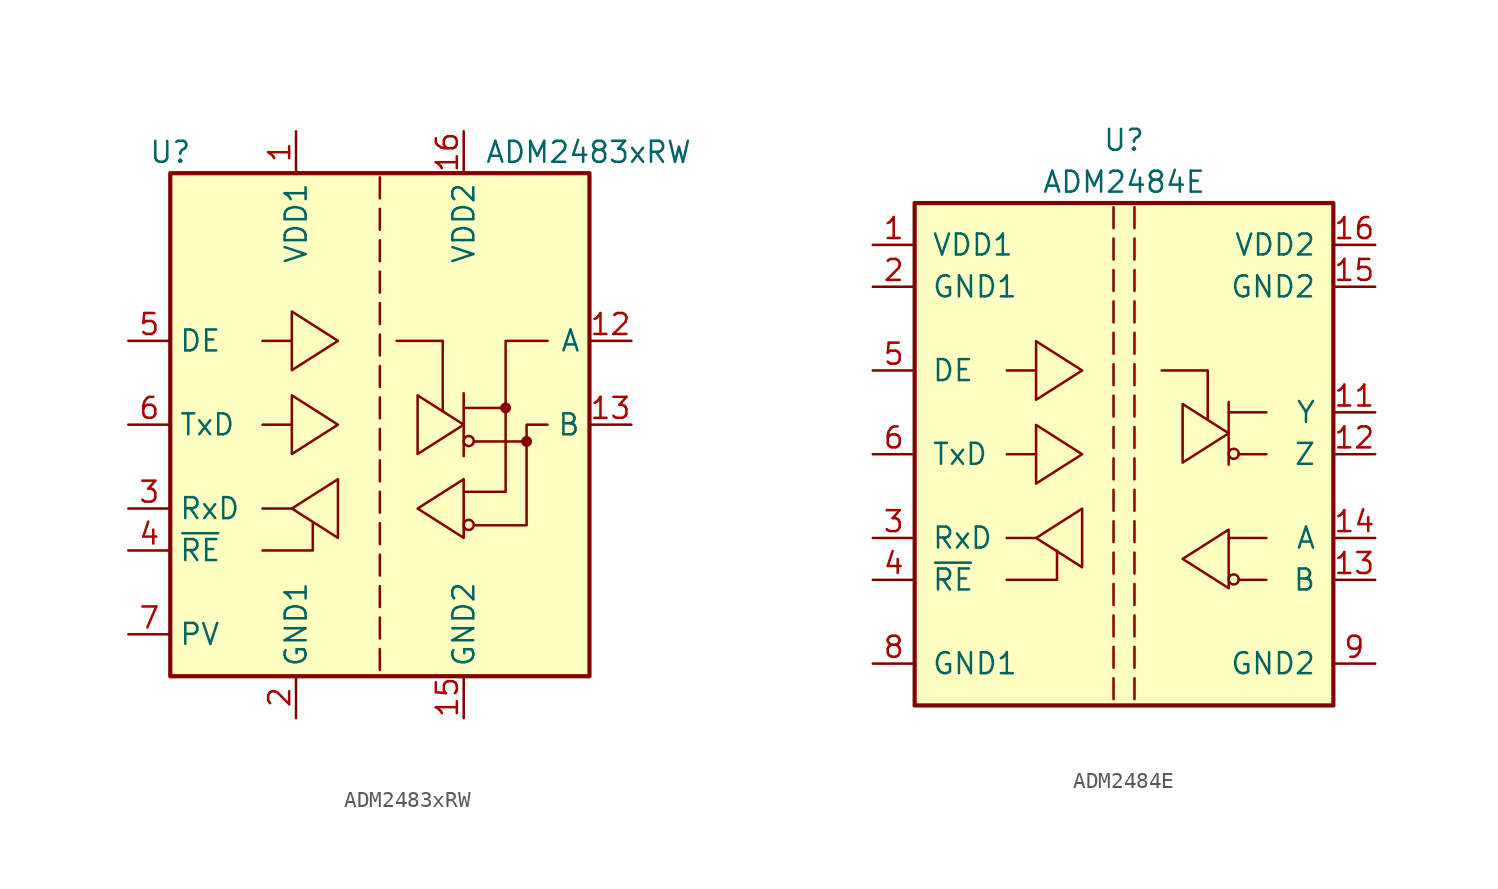
<source format=kicad_sym>
(kicad_symbol_lib
  (version 20201005)
  (generator kicad_symbol_editor)
  (symbol "Interface_UART:ADM2483xRW"
    (property "Reference" "U"
      (at -12.7 16.51 0)
      (effects (font (size 1.27 1.27))))
    (property "Value" "ADM2483xRW"
      (at 6.35 16.51 0)
      (effects (font (size 1.27 1.27)) (justify left)))
    (symbol "ADM2483xRW_0_0"
      (polyline (pts (xy 0 -13.589) (xy 0 -14.859)) (stroke (width 0)) (fill (type none)))
      (polyline (pts (xy 0 -11.684) (xy 0 -12.954)) (stroke (width 0)) (fill (type none)))
      (polyline (pts (xy 0 -9.779) (xy 0 -11.049)) (stroke (width 0)) (fill (type none)))
      (polyline (pts (xy 0 -7.874) (xy 0 -9.144)) (stroke (width 0)) (fill (type none)))
      (polyline (pts (xy 0 -5.969) (xy 0 -7.239)) (stroke (width 0)) (fill (type none)))
      (polyline (pts (xy 0 -4.064) (xy 0 -5.334)) (stroke (width 0)) (fill (type none)))
      (polyline (pts (xy 0 -2.159) (xy 0 -3.429)) (stroke (width 0)) (fill (type none)))
      (polyline (pts (xy 0 -0.254) (xy 0 -1.524)) (stroke (width 0)) (fill (type none)))
      (polyline (pts (xy 0 1.651) (xy 0 0.381)) (stroke (width 0)) (fill (type none)))
      (polyline (pts (xy 0 3.556) (xy 0 2.286)) (stroke (width 0)) (fill (type none)))
      (polyline (pts (xy 0 5.461) (xy 0 4.191)) (stroke (width 0)) (fill (type none)))
      (polyline (pts (xy 0 7.366) (xy 0 6.096)) (stroke (width 0)) (fill (type none)))
      (polyline (pts (xy 0 9.271) (xy 0 8.001)) (stroke (width 0)) (fill (type none)))
      (polyline (pts (xy 0 11.176) (xy 0 9.906)) (stroke (width 0)) (fill (type none)))
      (polyline (pts (xy 0 13.081) (xy 0 11.811)) (stroke (width 0)) (fill (type none)))
      (polyline (pts (xy 0 14.986) (xy 0 13.716)) (stroke (width 0)) (fill (type none))))
    (symbol "ADM2483xRW_0_1"
      (circle (center 5.385 -6.071) (radius 0.305) (stroke (width 0)) (fill (type none)))
      (circle (center 5.385 -0.991) (radius 0.305) (stroke (width 0)) (fill (type none)))
      (circle (center 7.62 1.016) (radius 0.254) (stroke (width 0)) (fill (type outline)))
      (circle (center 8.89 -1.016) (radius 0.254) (stroke (width 0)) (fill (type outline)))
      (rectangle (start -12.7 15.24) (end 12.7 -15.24) (stroke (width 0.254)) (fill (type background)))
      (polyline (pts (xy -5.334 -5.08) (xy -7.112 -5.08)) (stroke (width 0)) (fill (type none)))
      (polyline (pts (xy -5.334 0) (xy -7.112 0)) (stroke (width 0)) (fill (type none)))
      (polyline (pts (xy -5.334 5.08) (xy -7.112 5.08)) (stroke (width 0)) (fill (type none)))
      (polyline (pts (xy 5.08 1.016) (xy 7.62 1.016)) (stroke (width 0)) (fill (type none)))
      (polyline (pts (xy 5.08 1.905) (xy 5.08 -1.905)) (stroke (width 0)) (fill (type none)))
      (polyline (pts (xy 5.715 -1.016) (xy 8.89 -1.016)) (stroke (width 0)) (fill (type none)))
      (polyline (pts (xy -7.112 -7.62) (xy -4.064 -7.62) (xy -4.064 -5.969)) (stroke (width 0)) (fill (type none)))
      (polyline (pts (xy 1.016 5.08) (xy 3.81 5.08) (xy 3.81 0.889)) (stroke (width 0)) (fill (type none)))
      (polyline (pts (xy -5.334 -5.08) (xy -2.54 -3.302) (xy -2.54 -6.858) (xy -5.334 -5.08)) (stroke (width 0)) (fill (type none)))
      (polyline (pts (xy -2.54 0) (xy -5.334 1.778) (xy -5.334 -1.778) (xy -2.54 0)) (stroke (width 0)) (fill (type none)))
      (polyline (pts (xy -2.54 5.08) (xy -5.334 6.858) (xy -5.334 3.302) (xy -2.54 5.08)) (stroke (width 0)) (fill (type none)))
      (polyline (pts (xy 2.286 -5.08) (xy 5.08 -3.302) (xy 5.08 -6.858) (xy 2.286 -5.08)) (stroke (width 0)) (fill (type none)))
      (polyline (pts (xy 5.08 -4.064) (xy 7.62 -4.064) (xy 7.62 5.08) (xy 10.16 5.08)) (stroke (width 0)) (fill (type none)))
      (polyline (pts (xy 5.08 0) (xy 2.286 1.778) (xy 2.286 -1.778) (xy 5.08 0)) (stroke (width 0)) (fill (type none)))
      (polyline (pts (xy 5.715 -6.096) (xy 8.89 -6.096) (xy 8.89 0) (xy 10.16 0)) (stroke (width 0)) (fill (type none))))
    (symbol "ADM2483xRW_1_1"
      (pin power_in line (at -5.08 17.78 270) (length 2.54) (name "VDD1" (effects (font (size 1.27 1.27)))) (number "1" (effects (font (size 1.27 1.27)))))
      (pin no_connect line (at 7.62 -15.24 90) (length 2.54) hide (name "NC" (effects (font (size 1.27 1.27)))) (number "10" (effects (font (size 1.27 1.27)))))
      (pin no_connect line (at 12.7 -7.62 180) (length 2.54) hide (name "NC" (effects (font (size 1.27 1.27)))) (number "11" (effects (font (size 1.27 1.27)))))
      (pin bidirectional line (at 15.24 5.08 180) (length 2.54) (name "A" (effects (font (size 1.27 1.27)))) (number "12" (effects (font (size 1.27 1.27)))))
      (pin bidirectional line (at 15.24 0 180) (length 2.54) (name "B" (effects (font (size 1.27 1.27)))) (number "13" (effects (font (size 1.27 1.27)))))
      (pin no_connect line (at 12.7 7.62 180) (length 2.54) hide (name "NC" (effects (font (size 1.27 1.27)))) (number "14" (effects (font (size 1.27 1.27)))))
      (pin power_in line (at 5.08 -17.78 90) (length 2.54) (name "GND2" (effects (font (size 1.27 1.27)))) (number "15" (effects (font (size 1.27 1.27)))))
      (pin power_in line (at 5.08 17.78 270) (length 2.54) (name "VDD2" (effects (font (size 1.27 1.27)))) (number "16" (effects (font (size 1.27 1.27)))))
      (pin power_in line (at -5.08 -17.78 90) (length 2.54) (name "GND1" (effects (font (size 1.27 1.27)))) (number "2" (effects (font (size 1.27 1.27)))))
      (pin output line (at -15.24 -5.08 0) (length 2.54) (name "RxD" (effects (font (size 1.27 1.27)))) (number "3" (effects (font (size 1.27 1.27)))))
      (pin input line (at -15.24 -7.62 0) (length 2.54) (name "~RE" (effects (font (size 1.27 1.27)))) (number "4" (effects (font (size 1.27 1.27)))))
      (pin input line (at -15.24 5.08 0) (length 2.54) (name "DE" (effects (font (size 1.27 1.27)))) (number "5" (effects (font (size 1.27 1.27)))))
      (pin input line (at -15.24 0 0) (length 2.54) (name "TxD" (effects (font (size 1.27 1.27)))) (number "6" (effects (font (size 1.27 1.27)))))
      (pin input line (at -15.24 -12.7 0) (length 2.54) (name "PV" (effects (font (size 1.27 1.27)))) (number "7" (effects (font (size 1.27 1.27)))))
      (pin passive line (at -5.08 -17.78 90) (length 2.54) hide (name "GND1" (effects (font (size 1.27 1.27)))) (number "8" (effects (font (size 1.27 1.27)))))
      (pin passive line (at 5.08 -17.78 90) (length 2.54) hide (name "GND2" (effects (font (size 1.27 1.27)))) (number "9" (effects (font (size 1.27 1.27)))))))
  (symbol "Interface_UART:ADM2484E"
    (pin_names
      (offset 1.016))
    (property "Reference" "U"
      (at 0 19.05 0)
      (effects (font (size 1.27 1.27))))
    (property "Value" "ADM2484E"
      (at 0 16.51 0)
      (effects (font (size 1.27 1.27))))
    (symbol "ADM2484E_0_0"
      (polyline (pts (xy -0.635 -13.589) (xy -0.635 -14.859)) (stroke (width 0)) (fill (type none)))
      (polyline (pts (xy -0.635 -11.684) (xy -0.635 -12.954)) (stroke (width 0)) (fill (type none)))
      (polyline (pts (xy -0.635 -9.779) (xy -0.635 -11.049)) (stroke (width 0)) (fill (type none)))
      (polyline (pts (xy -0.635 -7.874) (xy -0.635 -9.144)) (stroke (width 0)) (fill (type none)))
      (polyline (pts (xy -0.635 -5.969) (xy -0.635 -7.239)) (stroke (width 0)) (fill (type none)))
      (polyline (pts (xy -0.635 -4.064) (xy -0.635 -5.334)) (stroke (width 0)) (fill (type none)))
      (polyline (pts (xy -0.635 -2.159) (xy -0.635 -3.429)) (stroke (width 0)) (fill (type none)))
      (polyline (pts (xy -0.635 -0.254) (xy -0.635 -1.524)) (stroke (width 0)) (fill (type none)))
      (polyline (pts (xy -0.635 1.651) (xy -0.635 0.381)) (stroke (width 0)) (fill (type none)))
      (polyline (pts (xy -0.635 3.556) (xy -0.635 2.286)) (stroke (width 0)) (fill (type none)))
      (polyline (pts (xy -0.635 5.461) (xy -0.635 4.191)) (stroke (width 0)) (fill (type none)))
      (polyline (pts (xy -0.635 7.366) (xy -0.635 6.096)) (stroke (width 0)) (fill (type none)))
      (polyline (pts (xy -0.635 9.271) (xy -0.635 8.001)) (stroke (width 0)) (fill (type none)))
      (polyline (pts (xy -0.635 11.176) (xy -0.635 9.906)) (stroke (width 0)) (fill (type none)))
      (polyline (pts (xy -0.635 13.081) (xy -0.635 11.811)) (stroke (width 0)) (fill (type none)))
      (polyline (pts (xy -0.635 14.986) (xy -0.635 13.716)) (stroke (width 0)) (fill (type none)))
      (polyline (pts (xy 0.635 -13.589) (xy 0.635 -14.859)) (stroke (width 0)) (fill (type none)))
      (polyline (pts (xy 0.635 -11.684) (xy 0.635 -12.954)) (stroke (width 0)) (fill (type none)))
      (polyline (pts (xy 0.635 -9.779) (xy 0.635 -11.049)) (stroke (width 0)) (fill (type none)))
      (polyline (pts (xy 0.635 -7.874) (xy 0.635 -9.144)) (stroke (width 0)) (fill (type none)))
      (polyline (pts (xy 0.635 -5.969) (xy 0.635 -7.239)) (stroke (width 0)) (fill (type none)))
      (polyline (pts (xy 0.635 -4.064) (xy 0.635 -5.334)) (stroke (width 0)) (fill (type none)))
      (polyline (pts (xy 0.635 -2.159) (xy 0.635 -3.429)) (stroke (width 0)) (fill (type none)))
      (polyline (pts (xy 0.635 -0.254) (xy 0.635 -1.524)) (stroke (width 0)) (fill (type none)))
      (polyline (pts (xy 0.635 1.651) (xy 0.635 0.381)) (stroke (width 0)) (fill (type none)))
      (polyline (pts (xy 0.635 3.556) (xy 0.635 2.286)) (stroke (width 0)) (fill (type none)))
      (polyline (pts (xy 0.635 5.461) (xy 0.635 4.191)) (stroke (width 0)) (fill (type none)))
      (polyline (pts (xy 0.635 7.366) (xy 0.635 6.096)) (stroke (width 0)) (fill (type none)))
      (polyline (pts (xy 0.635 9.271) (xy 0.635 8.001)) (stroke (width 0)) (fill (type none)))
      (polyline (pts (xy 0.635 11.176) (xy 0.635 9.906)) (stroke (width 0)) (fill (type none)))
      (polyline (pts (xy 0.635 13.081) (xy 0.635 11.811)) (stroke (width 0)) (fill (type none)))
      (polyline (pts (xy 0.635 14.986) (xy 0.635 13.716)) (stroke (width 0)) (fill (type none))))
    (symbol "ADM2484E_0_1"
      (circle (center 6.655 -7.595) (radius 0.305) (stroke (width 0)) (fill (type none)))
      (circle (center 6.655 0.025) (radius 0.305) (stroke (width 0)) (fill (type none)))
      (rectangle (start -12.7 15.24) (end 12.7 -15.24) (stroke (width 0.254)) (fill (type background)))
      (polyline (pts (xy -5.334 -5.08) (xy -7.112 -5.08)) (stroke (width 0)) (fill (type none)))
      (polyline (pts (xy -5.334 0) (xy -7.112 0)) (stroke (width 0)) (fill (type none)))
      (polyline (pts (xy -5.334 5.08) (xy -7.112 5.08)) (stroke (width 0)) (fill (type none)))
      (polyline (pts (xy 6.35 -5.08) (xy 8.636 -5.08)) (stroke (width 0)) (fill (type none)))
      (polyline (pts (xy 6.35 2.54) (xy 8.636 2.54)) (stroke (width 0)) (fill (type none)))
      (polyline (pts (xy 6.35 3.175) (xy 6.35 -0.635)) (stroke (width 0)) (fill (type none)))
      (polyline (pts (xy 6.96 -7.62) (xy 8.636 -7.62)) (stroke (width 0)) (fill (type none)))
      (polyline (pts (xy 6.96 0) (xy 8.636 0)) (stroke (width 0)) (fill (type none)))
      (polyline (pts (xy -7.112 -7.62) (xy -4.064 -7.62) (xy -4.064 -5.842)) (stroke (width 0)) (fill (type none)))
      (polyline (pts (xy 2.286 5.08) (xy 5.08 5.08) (xy 5.08 2.159)) (stroke (width 0)) (fill (type none)))
      (polyline (pts (xy -5.334 -5.08) (xy -2.54 -3.302) (xy -2.54 -6.858) (xy -5.334 -5.08)) (stroke (width 0)) (fill (type none)))
      (polyline (pts (xy -2.54 0) (xy -5.334 1.778) (xy -5.334 -1.778) (xy -2.54 0)) (stroke (width 0)) (fill (type none)))
      (polyline (pts (xy -2.54 5.08) (xy -5.334 6.858) (xy -5.334 3.302) (xy -2.54 5.08)) (stroke (width 0)) (fill (type none)))
      (polyline (pts (xy 3.556 -6.35) (xy 6.35 -4.572) (xy 6.35 -8.128) (xy 3.556 -6.35)) (stroke (width 0)) (fill (type none)))
      (polyline (pts (xy 6.35 1.27) (xy 3.556 3.048) (xy 3.556 -0.508) (xy 6.35 1.27)) (stroke (width 0)) (fill (type none))))
    (symbol "ADM2484E_1_1"
      (pin power_in line (at -15.24 12.7 0) (length 2.54) (name "VDD1" (effects (font (size 1.27 1.27)))) (number "1" (effects (font (size 1.27 1.27)))))
      (pin no_connect line (at 15.24 -10.16 180) (length 2.54) hide (name "NC" (effects (font (size 1.27 1.27)))) (number "10" (effects (font (size 1.27 1.27)))))
      (pin output line (at 15.24 2.54 180) (length 2.54) (name "Y" (effects (font (size 1.27 1.27)))) (number "11" (effects (font (size 1.27 1.27)))))
      (pin output line (at 15.24 0 180) (length 2.54) (name "Z" (effects (font (size 1.27 1.27)))) (number "12" (effects (font (size 1.27 1.27)))))
      (pin input line (at 15.24 -7.62 180) (length 2.54) (name "B" (effects (font (size 1.27 1.27)))) (number "13" (effects (font (size 1.27 1.27)))))
      (pin input line (at 15.24 -5.08 180) (length 2.54) (name "A" (effects (font (size 1.27 1.27)))) (number "14" (effects (font (size 1.27 1.27)))))
      (pin power_in line (at 15.24 10.16 180) (length 2.54) (name "GND2" (effects (font (size 1.27 1.27)))) (number "15" (effects (font (size 1.27 1.27)))))
      (pin power_in line (at 15.24 12.7 180) (length 2.54) (name "VDD2" (effects (font (size 1.27 1.27)))) (number "16" (effects (font (size 1.27 1.27)))))
      (pin power_in line (at -15.24 10.16 0) (length 2.54) (name "GND1" (effects (font (size 1.27 1.27)))) (number "2" (effects (font (size 1.27 1.27)))))
      (pin output line (at -15.24 -5.08 0) (length 2.54) (name "RxD" (effects (font (size 1.27 1.27)))) (number "3" (effects (font (size 1.27 1.27)))))
      (pin input line (at -15.24 -7.62 0) (length 2.54) (name "~RE" (effects (font (size 1.27 1.27)))) (number "4" (effects (font (size 1.27 1.27)))))
      (pin input line (at -15.24 5.08 0) (length 2.54) (name "DE" (effects (font (size 1.27 1.27)))) (number "5" (effects (font (size 1.27 1.27)))))
      (pin input line (at -15.24 0 0) (length 2.54) (name "TxD" (effects (font (size 1.27 1.27)))) (number "6" (effects (font (size 1.27 1.27)))))
      (pin no_connect line (at -15.24 -10.16 0) (length 2.54) hide (name "NC" (effects (font (size 1.27 1.27)))) (number "7" (effects (font (size 1.27 1.27)))))
      (pin power_in line (at -15.24 -12.7 0) (length 2.54) (name "GND1" (effects (font (size 1.27 1.27)))) (number "8" (effects (font (size 1.27 1.27)))))
      (pin power_in line (at 15.24 -12.7 180) (length 2.54) (name "GND2" (effects (font (size 1.27 1.27)))) (number "9" (effects (font (size 1.27 1.27))))))))
</source>
